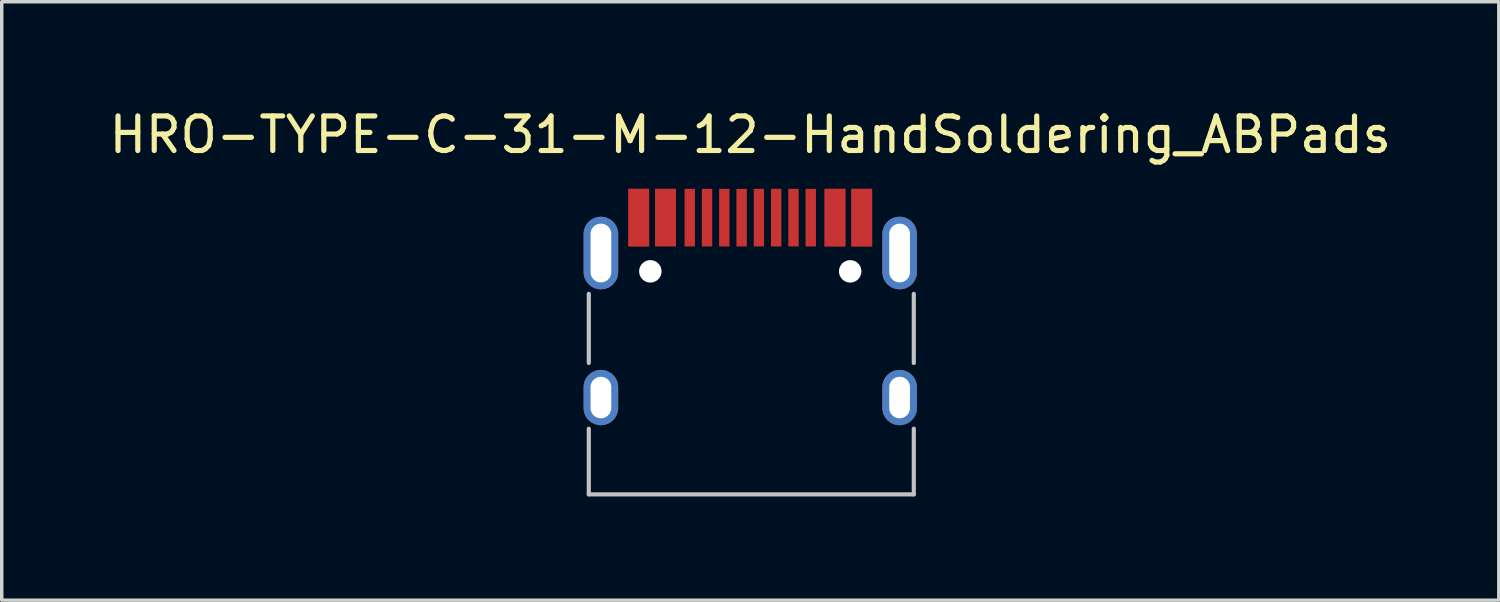
<source format=kicad_pcb>
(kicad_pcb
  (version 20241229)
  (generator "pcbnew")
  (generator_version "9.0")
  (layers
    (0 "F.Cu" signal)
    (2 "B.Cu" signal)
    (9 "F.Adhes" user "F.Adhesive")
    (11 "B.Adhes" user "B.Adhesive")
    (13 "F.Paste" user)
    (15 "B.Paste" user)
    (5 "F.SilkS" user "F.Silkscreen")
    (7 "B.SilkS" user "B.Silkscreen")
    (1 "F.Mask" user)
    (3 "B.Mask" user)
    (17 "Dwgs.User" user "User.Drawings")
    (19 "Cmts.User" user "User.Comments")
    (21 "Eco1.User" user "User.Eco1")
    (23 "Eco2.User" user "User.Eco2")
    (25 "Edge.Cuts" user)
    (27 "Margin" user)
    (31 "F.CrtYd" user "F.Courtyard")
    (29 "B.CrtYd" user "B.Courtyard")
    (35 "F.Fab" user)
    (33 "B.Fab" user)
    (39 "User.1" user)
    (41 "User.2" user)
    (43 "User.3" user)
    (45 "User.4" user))
  (footprint "HRO-TYPE-C-31-M-12-HandSoldering_ABPads"
    (layer "F.Cu")
    (at 18.649 11.048)
    (property "Reference" "HRO-TYPE-C-31-M-12-HandSoldering_ABPads" (at 0 -10.2 0) (layer "F.SilkS") (effects (font (size 1 1) (thickness 0.15))))
    (attr smd)
    (fp_line (start -4.67 -5.6) (end -4.67 -3.6) (stroke (width 0.12) (type solid)) (layer "Dwgs.User"))
    (fp_line (start -4.67 -1.7) (end -4.67 0.2) (stroke (width 0.12) (type solid)) (layer "Dwgs.User"))
    (fp_line (start -4.67 0.2) (end 4.73 0.2) (stroke (width 0.12) (type solid)) (layer "Dwgs.User"))
    (fp_line (start 4.73 -5.6) (end 4.73 -3.6) (stroke (width 0.12) (type solid)) (layer "Dwgs.User"))
    (fp_line (start 4.73 -1.7) (end 4.73 0.2) (stroke (width 0.12) (type solid)) (layer "Dwgs.User"))
    (pad "" np_thru_hole circle (at -2.89 -6.25) (size 0.65 0.65) (drill 0.65) (layers "*.Cu" "*.Mask"))
    (pad "" np_thru_hole circle (at 2.89 -6.25) (size 0.65 0.65) (drill 0.65) (layers "*.Cu" "*.Mask"))
    (pad "A1" smd rect (at -3.225 -7.803) (size 0.6 1.666) (layers "F.Cu" "F.Mask" "F.Paste"))
    (pad "A4" smd rect (at -2.45 -7.803) (size 0.6 1.666) (layers "F.Cu" "F.Mask" "F.Paste"))
    (pad "A5" smd rect (at -1.25 -7.803) (size 0.3 1.666) (layers "F.Cu" "F.Mask" "F.Paste"))
    (pad "A6" smd rect (at -0.25 -7.803) (size 0.3 1.666) (layers "F.Cu" "F.Mask" "F.Paste"))
    (pad "A7" smd rect (at 0.25 -7.803) (size 0.3 1.666) (layers "F.Cu" "F.Mask" "F.Paste"))
    (pad "A8" smd rect (at 1.25 -7.803) (size 0.3 1.666) (layers "F.Cu" "F.Mask" "F.Paste"))
    (pad "A9" smd rect (at 2.45 -7.806) (size 0.6 1.661) (layers "F.Cu" "F.Mask" "F.Paste"))
    (pad "A12" smd rect (at 3.225 -7.803) (size 0.6 1.666) (layers "F.Cu" "F.Mask" "F.Paste"))
    (pad "B1" smd rect (at 3.225 -7.806) (size 0.6 1.661) (layers "F.Cu" "F.Mask" "F.Paste"))
    (pad "B4" smd rect (at 2.45 -7.803) (size 0.6 1.666) (layers "F.Cu" "F.Mask" "F.Paste"))
    (pad "B5" smd rect (at 1.75 -7.803) (size 0.3 1.666) (layers "F.Cu" "F.Mask" "F.Paste"))
    (pad "B6" smd rect (at 0.75 -7.803) (size 0.3 1.666) (layers "F.Cu" "F.Mask" "F.Paste"))
    (pad "B7" smd rect (at -0.75 -7.803) (size 0.3 1.666) (layers "F.Cu" "F.Mask" "F.Paste"))
    (pad "B8" smd rect (at -1.75 -7.803) (size 0.3 1.666) (layers "F.Cu" "F.Mask" "F.Paste"))
    (pad "B9" smd rect (at -2.45 -7.818) (size 0.6 1.636) (layers "F.Cu" "F.Mask" "F.Paste"))
    (pad "B12" smd rect (at -3.225 -7.806) (size 0.6 1.661) (layers "F.Cu" "F.Mask" "F.Paste"))
    (pad "S1" thru_hole oval (at -4.32 -6.78) (size 1 2.1) (drill oval 0.6 1.7) (layers "*.Cu" "*.Mask" "F.Paste"))
    (pad "S1" thru_hole oval (at -4.32 -2.6) (size 1 1.6) (drill oval 0.6 1.2) (layers "*.Cu" "*.Mask" "F.Paste"))
    (pad "S1" thru_hole oval (at 4.32 -6.78) (size 1 2.1) (drill oval 0.6 1.7) (layers "*.Cu" "*.Mask" "F.Paste"))
    (pad "S1" thru_hole oval (at 4.32 -2.6) (size 1 1.6) (drill oval 0.6 1.2) (layers "*.Cu" "*.Mask" "F.Paste")))
  (gr_rect
    (start -3 -3)
    (end 40.298 14.308)
    (stroke (width 0.1) (type default))
    (fill no)
    (layer "Edge.Cuts")))
</source>
